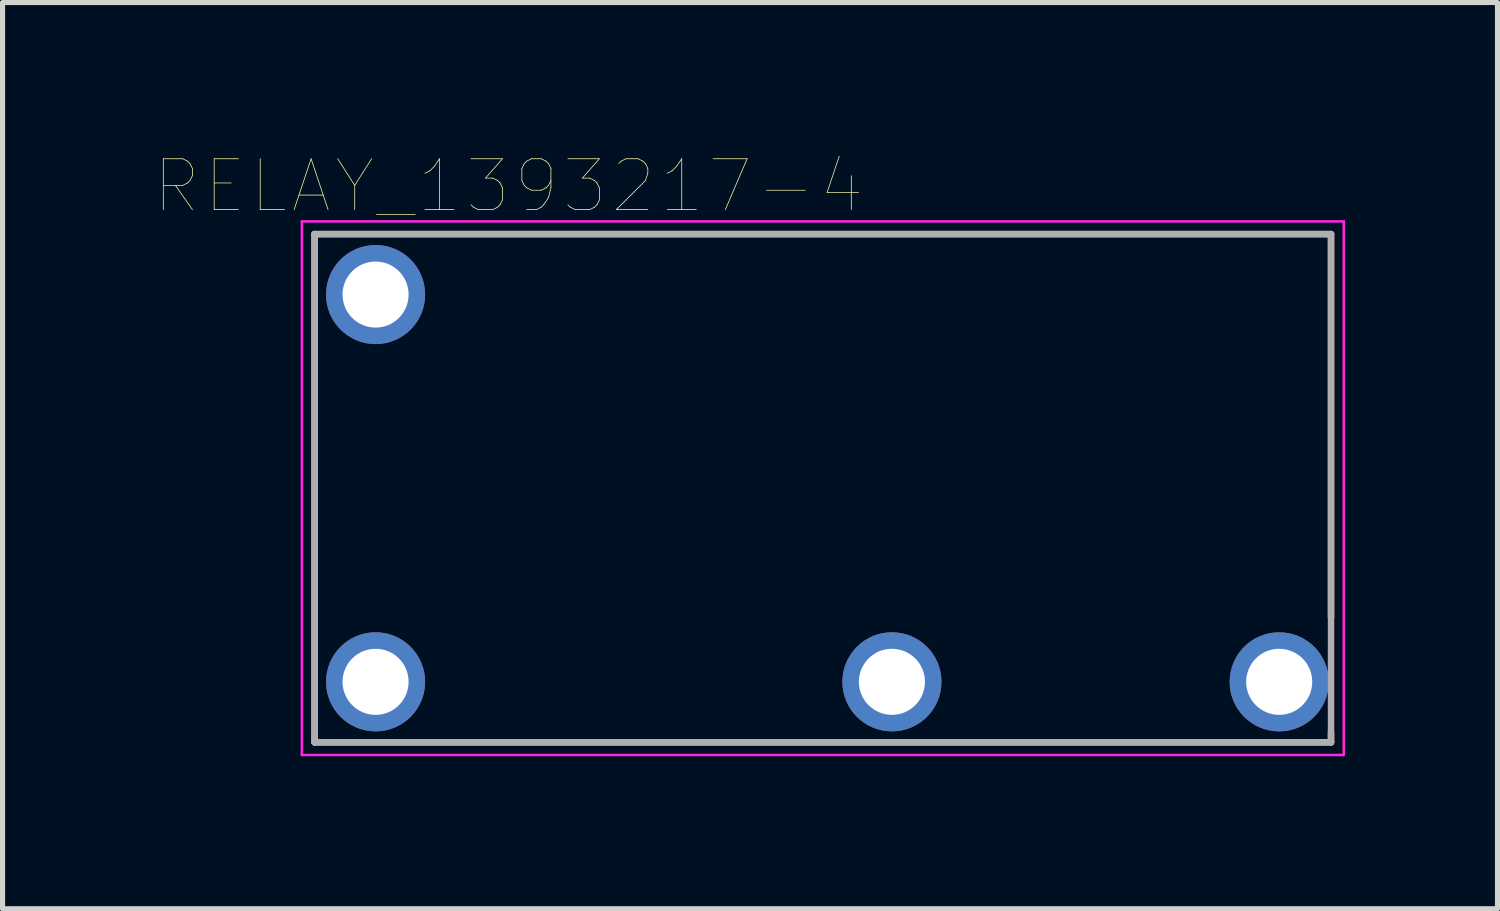
<source format=kicad_pcb>
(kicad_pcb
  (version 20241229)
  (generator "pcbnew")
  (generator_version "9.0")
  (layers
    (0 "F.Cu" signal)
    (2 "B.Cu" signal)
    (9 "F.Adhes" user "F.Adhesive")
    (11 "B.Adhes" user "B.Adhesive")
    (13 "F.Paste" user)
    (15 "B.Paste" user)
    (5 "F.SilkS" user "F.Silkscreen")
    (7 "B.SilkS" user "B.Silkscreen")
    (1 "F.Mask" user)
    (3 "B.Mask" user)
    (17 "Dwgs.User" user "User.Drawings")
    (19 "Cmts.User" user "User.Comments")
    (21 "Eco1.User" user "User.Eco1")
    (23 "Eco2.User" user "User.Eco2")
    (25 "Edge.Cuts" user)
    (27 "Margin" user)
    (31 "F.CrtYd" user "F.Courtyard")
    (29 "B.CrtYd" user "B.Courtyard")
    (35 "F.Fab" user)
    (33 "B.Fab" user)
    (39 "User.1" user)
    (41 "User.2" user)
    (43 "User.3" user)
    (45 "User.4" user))
  (footprint "RELAY_1393217-4"
    (layer "F.Cu")
    (at 13.14 6.556)
    (property "Reference" "RELAY_1393217-4" (at -6.184 -5.944 0) (layer "F.SilkS") (effects (font (size 1.001 1.001) (thickness 0.015))))
    (attr through_hole)
    (fp_line (start -10 -5) (end 10 -5) (stroke (width 0.127) (type solid)) (layer "F.SilkS"))
    (fp_line (start -10 5) (end -10 -5) (stroke (width 0.127) (type solid)) (layer "F.SilkS"))
    (fp_line (start 10 -5) (end 10 2.54) (stroke (width 0.127) (type solid)) (layer "F.SilkS"))
    (fp_line (start 10 5) (end -10 5) (stroke (width 0.127) (type solid)) (layer "F.SilkS"))
    (fp_line (start 10 5) (end 10 4.8) (stroke (width 0.127) (type solid)) (layer "F.SilkS"))
    (fp_line (start -10.25 -5.25) (end -10.25 5.25) (stroke (width 0.05) (type solid)) (layer "F.CrtYd"))
    (fp_line (start -10.25 5.25) (end 10.25 5.25) (stroke (width 0.05) (type solid)) (layer "F.CrtYd"))
    (fp_line (start 10.25 -5.25) (end -10.25 -5.25) (stroke (width 0.05) (type solid)) (layer "F.CrtYd"))
    (fp_line (start 10.25 5.25) (end 10.25 -5.25) (stroke (width 0.05) (type solid)) (layer "F.CrtYd"))
    (fp_line (start -10 -5) (end 10 -5) (stroke (width 0.127) (type solid)) (layer "F.Fab"))
    (fp_line (start -10 5) (end -10 -5) (stroke (width 0.127) (type solid)) (layer "F.Fab"))
    (fp_line (start 10 -5) (end 10 5) (stroke (width 0.127) (type solid)) (layer "F.Fab"))
    (fp_line (start 10 5) (end -10 5) (stroke (width 0.127) (type solid)) (layer "F.Fab"))
    (pad "11" thru_hole circle (at 8.98 3.81) (size 1.95 1.95) (drill 1.3) (layers "*.Cu" "*.Mask"))
    (pad "14" thru_hole circle (at 1.36 3.81) (size 1.95 1.95) (drill 1.3) (layers "*.Cu" "*.Mask"))
    (pad "A1" thru_hole circle (at -8.8 3.81) (size 1.95 1.95) (drill 1.3) (layers "*.Cu" "*.Mask"))
    (pad "A2" thru_hole circle (at -8.8 -3.81) (size 1.95 1.95) (drill 1.3) (layers "*.Cu" "*.Mask")))
  (gr_rect
    (start -3 -3)
    (end 26.415 14.831)
    (stroke (width 0.1) (type default))
    (fill no)
    (layer "Edge.Cuts")))
</source>
